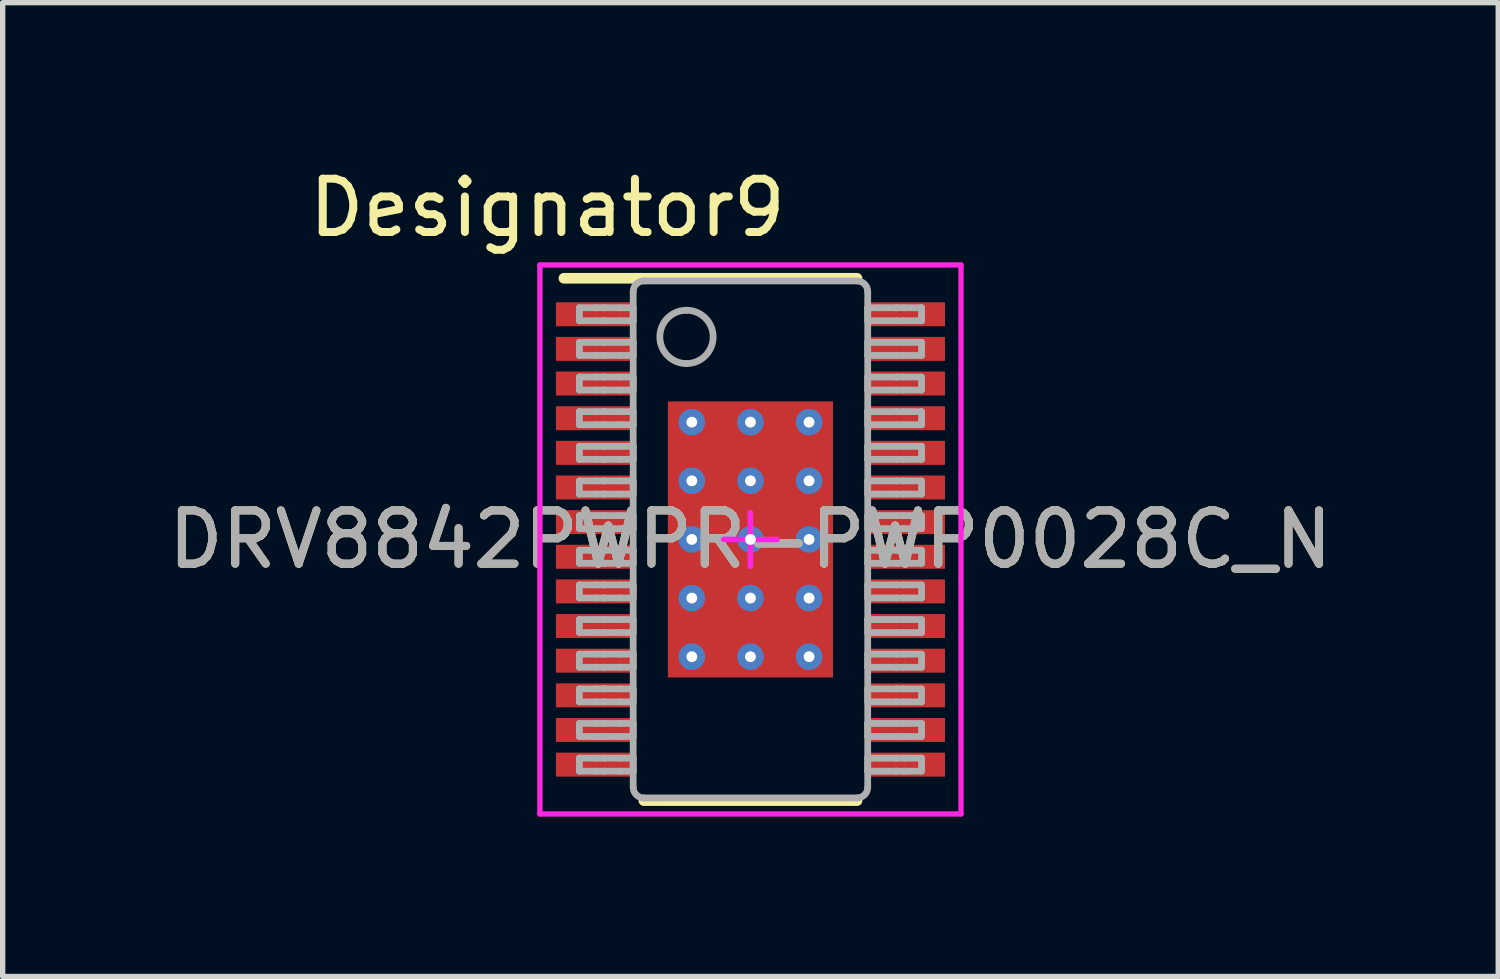
<source format=kicad_pcb>
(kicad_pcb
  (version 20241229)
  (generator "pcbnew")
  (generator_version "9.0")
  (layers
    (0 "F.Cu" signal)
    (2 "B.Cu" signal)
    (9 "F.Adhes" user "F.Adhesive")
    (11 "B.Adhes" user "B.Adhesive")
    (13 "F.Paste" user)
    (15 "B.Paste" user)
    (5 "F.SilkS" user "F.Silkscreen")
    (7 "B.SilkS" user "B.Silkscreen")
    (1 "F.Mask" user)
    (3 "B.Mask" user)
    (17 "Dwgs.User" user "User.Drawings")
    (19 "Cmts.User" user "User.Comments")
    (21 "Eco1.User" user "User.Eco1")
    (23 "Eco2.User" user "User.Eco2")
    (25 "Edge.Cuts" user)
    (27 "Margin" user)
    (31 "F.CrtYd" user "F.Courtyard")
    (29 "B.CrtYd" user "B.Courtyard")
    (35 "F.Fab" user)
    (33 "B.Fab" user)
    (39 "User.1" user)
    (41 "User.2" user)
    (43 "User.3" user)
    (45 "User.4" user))
  (footprint "DRV8842PWPR-PWP0028C_N"
    (layer "F.Cu")
    (at 11.03 7.071)
    (property "Reference" "DRV8842PWPR-PWP0028C_N" (at 0 0 0) (unlocked yes) (layer "F.SilkS") (effects (font (size 1 1) (thickness 0.15))))
    (attr smd)
    (fp_line (start -3.5 -4.9) (end 2 -4.9) (stroke (width 0.2) (type solid)) (layer "F.SilkS"))
    (fp_line (start -2 4.9) (end 2 4.9) (stroke (width 0.2) (type solid)) (layer "F.SilkS"))
    (fp_line (start -3.95 -5.15) (end 3.95 -5.15) (stroke (width 0.1) (type solid)) (layer "F.CrtYd"))
    (fp_line (start -3.95 5.15) (end -3.95 -5.15) (stroke (width 0.1) (type solid)) (layer "F.CrtYd"))
    (fp_line (start -3.95 5.15) (end 3.95 5.15) (stroke (width 0.1) (type solid)) (layer "F.CrtYd"))
    (fp_line (start -0.5 0) (end 0.5 0) (stroke (width 0.1) (type solid)) (layer "F.CrtYd"))
    (fp_line (start -0.5 0) (end 0.5 0) (stroke (width 0.1) (type solid)) (layer "F.CrtYd"))
    (fp_line (start 0 0.5) (end 0 -0.5) (stroke (width 0.1) (type solid)) (layer "F.CrtYd"))
    (fp_line (start 0 0.5) (end 0 -0.5) (stroke (width 0.1) (type solid)) (layer "F.CrtYd"))
    (fp_line (start 3.95 5.15) (end 3.95 -5.15) (stroke (width 0.1) (type solid)) (layer "F.CrtYd"))
    (fp_line (start -3.21 -4.347) (end -2.887 -4.347) (stroke (width 0.127) (type solid)) (layer "F.Fab"))
    (fp_line (start -3.21 -4.103) (end -3.21 -4.347) (stroke (width 0.127) (type solid)) (layer "F.Fab"))
    (fp_line (start -3.21 -4.103) (end -2.887 -4.103) (stroke (width 0.127) (type solid)) (layer "F.Fab"))
    (fp_line (start -3.21 -3.698) (end -2.887 -3.698) (stroke (width 0.127) (type solid)) (layer "F.Fab"))
    (fp_line (start -3.21 -3.452) (end -3.21 -3.698) (stroke (width 0.127) (type solid)) (layer "F.Fab"))
    (fp_line (start -3.21 -3.452) (end -2.887 -3.452) (stroke (width 0.127) (type solid)) (layer "F.Fab"))
    (fp_line (start -3.21 -3.047) (end -2.887 -3.047) (stroke (width 0.127) (type solid)) (layer "F.Fab"))
    (fp_line (start -3.21 -2.803) (end -3.21 -3.047) (stroke (width 0.127) (type solid)) (layer "F.Fab"))
    (fp_line (start -3.21 -2.803) (end -2.887 -2.803) (stroke (width 0.127) (type solid)) (layer "F.Fab"))
    (fp_line (start -3.21 -2.398) (end -2.887 -2.398) (stroke (width 0.127) (type solid)) (layer "F.Fab"))
    (fp_line (start -3.21 -2.152) (end -3.21 -2.398) (stroke (width 0.127) (type solid)) (layer "F.Fab"))
    (fp_line (start -3.21 -2.152) (end -2.887 -2.152) (stroke (width 0.127) (type solid)) (layer "F.Fab"))
    (fp_line (start -3.21 -1.747) (end -2.887 -1.747) (stroke (width 0.127) (type solid)) (layer "F.Fab"))
    (fp_line (start -3.21 -1.502) (end -3.21 -1.747) (stroke (width 0.127) (type solid)) (layer "F.Fab"))
    (fp_line (start -3.21 -1.502) (end -2.887 -1.502) (stroke (width 0.127) (type solid)) (layer "F.Fab"))
    (fp_line (start -3.21 -1.098) (end -2.887 -1.098) (stroke (width 0.127) (type solid)) (layer "F.Fab"))
    (fp_line (start -3.21 -0.852) (end -3.21 -1.098) (stroke (width 0.127) (type solid)) (layer "F.Fab"))
    (fp_line (start -3.21 -0.852) (end -2.887 -0.852) (stroke (width 0.127) (type solid)) (layer "F.Fab"))
    (fp_line (start -3.21 -0.447) (end -2.887 -0.447) (stroke (width 0.127) (type solid)) (layer "F.Fab"))
    (fp_line (start -3.21 -0.202) (end -3.21 -0.447) (stroke (width 0.127) (type solid)) (layer "F.Fab"))
    (fp_line (start -3.21 -0.202) (end -2.887 -0.202) (stroke (width 0.127) (type solid)) (layer "F.Fab"))
    (fp_line (start -3.21 0.203) (end -2.887 0.203) (stroke (width 0.127) (type solid)) (layer "F.Fab"))
    (fp_line (start -3.21 0.448) (end -3.21 0.203) (stroke (width 0.127) (type solid)) (layer "F.Fab"))
    (fp_line (start -3.21 0.448) (end -2.887 0.448) (stroke (width 0.127) (type solid)) (layer "F.Fab"))
    (fp_line (start -3.21 0.853) (end -2.887 0.853) (stroke (width 0.127) (type solid)) (layer "F.Fab"))
    (fp_line (start -3.21 1.098) (end -3.21 0.853) (stroke (width 0.127) (type solid)) (layer "F.Fab"))
    (fp_line (start -3.21 1.098) (end -2.887 1.098) (stroke (width 0.127) (type solid)) (layer "F.Fab"))
    (fp_line (start -3.21 1.503) (end -2.887 1.503) (stroke (width 0.127) (type solid)) (layer "F.Fab"))
    (fp_line (start -3.21 1.747) (end -3.21 1.503) (stroke (width 0.127) (type solid)) (layer "F.Fab"))
    (fp_line (start -3.21 1.747) (end -2.887 1.747) (stroke (width 0.127) (type solid)) (layer "F.Fab"))
    (fp_line (start -3.21 2.152) (end -2.887 2.152) (stroke (width 0.127) (type solid)) (layer "F.Fab"))
    (fp_line (start -3.21 2.398) (end -3.21 2.152) (stroke (width 0.127) (type solid)) (layer "F.Fab"))
    (fp_line (start -3.21 2.398) (end -2.887 2.398) (stroke (width 0.127) (type solid)) (layer "F.Fab"))
    (fp_line (start -3.21 2.803) (end -2.887 2.803) (stroke (width 0.127) (type solid)) (layer "F.Fab"))
    (fp_line (start -3.21 3.047) (end -3.21 2.803) (stroke (width 0.127) (type solid)) (layer "F.Fab"))
    (fp_line (start -3.21 3.047) (end -2.887 3.047) (stroke (width 0.127) (type solid)) (layer "F.Fab"))
    (fp_line (start -3.21 3.452) (end -2.887 3.452) (stroke (width 0.127) (type solid)) (layer "F.Fab"))
    (fp_line (start -3.21 3.698) (end -3.21 3.452) (stroke (width 0.127) (type solid)) (layer "F.Fab"))
    (fp_line (start -3.21 3.698) (end -2.887 3.698) (stroke (width 0.127) (type solid)) (layer "F.Fab"))
    (fp_line (start -3.21 4.103) (end -2.887 4.103) (stroke (width 0.127) (type solid)) (layer "F.Fab"))
    (fp_line (start -3.21 4.348) (end -3.21 4.103) (stroke (width 0.127) (type solid)) (layer "F.Fab"))
    (fp_line (start -3.21 4.348) (end -2.887 4.348) (stroke (width 0.127) (type solid)) (layer "F.Fab"))
    (fp_line (start -2.887 -4.347) (end -2.739 -4.347) (stroke (width 0.127) (type solid)) (layer "F.Fab"))
    (fp_line (start -2.887 -4.103) (end -2.739 -4.103) (stroke (width 0.127) (type solid)) (layer "F.Fab"))
    (fp_line (start -2.887 -3.698) (end -2.739 -3.698) (stroke (width 0.127) (type solid)) (layer "F.Fab"))
    (fp_line (start -2.887 -3.452) (end -2.739 -3.452) (stroke (width 0.127) (type solid)) (layer "F.Fab"))
    (fp_line (start -2.887 -3.047) (end -2.739 -3.047) (stroke (width 0.127) (type solid)) (layer "F.Fab"))
    (fp_line (start -2.887 -2.803) (end -2.739 -2.803) (stroke (width 0.127) (type solid)) (layer "F.Fab"))
    (fp_line (start -2.887 -2.398) (end -2.739 -2.398) (stroke (width 0.127) (type solid)) (layer "F.Fab"))
    (fp_line (start -2.887 -2.152) (end -2.739 -2.152) (stroke (width 0.127) (type solid)) (layer "F.Fab"))
    (fp_line (start -2.887 -1.747) (end -2.739 -1.747) (stroke (width 0.127) (type solid)) (layer "F.Fab"))
    (fp_line (start -2.887 -1.502) (end -2.739 -1.502) (stroke (width 0.127) (type solid)) (layer "F.Fab"))
    (fp_line (start -2.887 -1.098) (end -2.739 -1.098) (stroke (width 0.127) (type solid)) (layer "F.Fab"))
    (fp_line (start -2.887 -0.852) (end -2.739 -0.852) (stroke (width 0.127) (type solid)) (layer "F.Fab"))
    (fp_line (start -2.887 -0.447) (end -2.739 -0.447) (stroke (width 0.127) (type solid)) (layer "F.Fab"))
    (fp_line (start -2.887 -0.202) (end -2.739 -0.202) (stroke (width 0.127) (type solid)) (layer "F.Fab"))
    (fp_line (start -2.887 0.203) (end -2.739 0.203) (stroke (width 0.127) (type solid)) (layer "F.Fab"))
    (fp_line (start -2.887 0.448) (end -2.739 0.448) (stroke (width 0.127) (type solid)) (layer "F.Fab"))
    (fp_line (start -2.887 0.853) (end -2.739 0.853) (stroke (width 0.127) (type solid)) (layer "F.Fab"))
    (fp_line (start -2.887 1.098) (end -2.739 1.098) (stroke (width 0.127) (type solid)) (layer "F.Fab"))
    (fp_line (start -2.887 1.503) (end -2.739 1.503) (stroke (width 0.127) (type solid)) (layer "F.Fab"))
    (fp_line (start -2.887 1.747) (end -2.739 1.747) (stroke (width 0.127) (type solid)) (layer "F.Fab"))
    (fp_line (start -2.887 2.152) (end -2.739 2.152) (stroke (width 0.127) (type solid)) (layer "F.Fab"))
    (fp_line (start -2.887 2.398) (end -2.739 2.398) (stroke (width 0.127) (type solid)) (layer "F.Fab"))
    (fp_line (start -2.887 2.803) (end -2.739 2.803) (stroke (width 0.127) (type solid)) (layer "F.Fab"))
    (fp_line (start -2.887 3.047) (end -2.739 3.047) (stroke (width 0.127) (type solid)) (layer "F.Fab"))
    (fp_line (start -2.887 3.452) (end -2.739 3.452) (stroke (width 0.127) (type solid)) (layer "F.Fab"))
    (fp_line (start -2.887 3.698) (end -2.739 3.698) (stroke (width 0.127) (type solid)) (layer "F.Fab"))
    (fp_line (start -2.887 4.103) (end -2.739 4.103) (stroke (width 0.127) (type solid)) (layer "F.Fab"))
    (fp_line (start -2.887 4.348) (end -2.739 4.348) (stroke (width 0.127) (type solid)) (layer "F.Fab"))
    (fp_line (start -2.739 -4.347) (end -2.733 -4.347) (stroke (width 0.127) (type solid)) (layer "F.Fab"))
    (fp_line (start -2.739 -4.103) (end -2.733 -4.103) (stroke (width 0.127) (type solid)) (layer "F.Fab"))
    (fp_line (start -2.739 -3.698) (end -2.733 -3.698) (stroke (width 0.127) (type solid)) (layer "F.Fab"))
    (fp_line (start -2.739 -3.452) (end -2.733 -3.452) (stroke (width 0.127) (type solid)) (layer "F.Fab"))
    (fp_line (start -2.739 -3.047) (end -2.733 -3.047) (stroke (width 0.127) (type solid)) (layer "F.Fab"))
    (fp_line (start -2.739 -2.803) (end -2.733 -2.803) (stroke (width 0.127) (type solid)) (layer "F.Fab"))
    (fp_line (start -2.739 -2.398) (end -2.733 -2.398) (stroke (width 0.127) (type solid)) (layer "F.Fab"))
    (fp_line (start -2.739 -2.152) (end -2.733 -2.152) (stroke (width 0.127) (type solid)) (layer "F.Fab"))
    (fp_line (start -2.739 -1.747) (end -2.733 -1.747) (stroke (width 0.127) (type solid)) (layer "F.Fab"))
    (fp_line (start -2.739 -1.502) (end -2.733 -1.502) (stroke (width 0.127) (type solid)) (layer "F.Fab"))
    (fp_line (start -2.739 -1.098) (end -2.733 -1.098) (stroke (width 0.127) (type solid)) (layer "F.Fab"))
    (fp_line (start -2.739 -0.852) (end -2.733 -0.852) (stroke (width 0.127) (type solid)) (layer "F.Fab"))
    (fp_line (start -2.739 -0.447) (end -2.733 -0.447) (stroke (width 0.127) (type solid)) (layer "F.Fab"))
    (fp_line (start -2.739 -0.202) (end -2.733 -0.202) (stroke (width 0.127) (type solid)) (layer "F.Fab"))
    (fp_line (start -2.739 0.203) (end -2.733 0.203) (stroke (width 0.127) (type solid)) (layer "F.Fab"))
    (fp_line (start -2.739 0.448) (end -2.733 0.448) (stroke (width 0.127) (type solid)) (layer "F.Fab"))
    (fp_line (start -2.739 0.853) (end -2.733 0.853) (stroke (width 0.127) (type solid)) (layer "F.Fab"))
    (fp_line (start -2.739 1.098) (end -2.733 1.098) (stroke (width 0.127) (type solid)) (layer "F.Fab"))
    (fp_line (start -2.739 1.503) (end -2.733 1.503) (stroke (width 0.127) (type solid)) (layer "F.Fab"))
    (fp_line (start -2.739 1.747) (end -2.733 1.747) (stroke (width 0.127) (type solid)) (layer "F.Fab"))
    (fp_line (start -2.739 2.152) (end -2.733 2.152) (stroke (width 0.127) (type solid)) (layer "F.Fab"))
    (fp_line (start -2.739 2.398) (end -2.733 2.398) (stroke (width 0.127) (type solid)) (layer "F.Fab"))
    (fp_line (start -2.739 2.803) (end -2.733 2.803) (stroke (width 0.127) (type solid)) (layer "F.Fab"))
    (fp_line (start -2.739 3.047) (end -2.733 3.047) (stroke (width 0.127) (type solid)) (layer "F.Fab"))
    (fp_line (start -2.739 3.452) (end -2.733 3.452) (stroke (width 0.127) (type solid)) (layer "F.Fab"))
    (fp_line (start -2.739 3.698) (end -2.733 3.698) (stroke (width 0.127) (type solid)) (layer "F.Fab"))
    (fp_line (start -2.739 4.103) (end -2.733 4.103) (stroke (width 0.127) (type solid)) (layer "F.Fab"))
    (fp_line (start -2.739 4.348) (end -2.733 4.348) (stroke (width 0.127) (type solid)) (layer "F.Fab"))
    (fp_line (start -2.733 -4.347) (end -2.431 -4.347) (stroke (width 0.127) (type solid)) (layer "F.Fab"))
    (fp_line (start -2.733 -4.103) (end -2.431 -4.103) (stroke (width 0.127) (type solid)) (layer "F.Fab"))
    (fp_line (start -2.733 -3.698) (end -2.431 -3.698) (stroke (width 0.127) (type solid)) (layer "F.Fab"))
    (fp_line (start -2.733 -3.452) (end -2.431 -3.452) (stroke (width 0.127) (type solid)) (layer "F.Fab"))
    (fp_line (start -2.733 -3.047) (end -2.431 -3.047) (stroke (width 0.127) (type solid)) (layer "F.Fab"))
    (fp_line (start -2.733 -2.803) (end -2.431 -2.803) (stroke (width 0.127) (type solid)) (layer "F.Fab"))
    (fp_line (start -2.733 -2.398) (end -2.431 -2.398) (stroke (width 0.127) (type solid)) (layer "F.Fab"))
    (fp_line (start -2.733 -2.152) (end -2.431 -2.152) (stroke (width 0.127) (type solid)) (layer "F.Fab"))
    (fp_line (start -2.733 -1.747) (end -2.431 -1.747) (stroke (width 0.127) (type solid)) (layer "F.Fab"))
    (fp_line (start -2.733 -1.502) (end -2.431 -1.502) (stroke (width 0.127) (type solid)) (layer "F.Fab"))
    (fp_line (start -2.733 -1.098) (end -2.431 -1.098) (stroke (width 0.127) (type solid)) (layer "F.Fab"))
    (fp_line (start -2.733 -0.852) (end -2.431 -0.852) (stroke (width 0.127) (type solid)) (layer "F.Fab"))
    (fp_line (start -2.733 -0.447) (end -2.431 -0.447) (stroke (width 0.127) (type solid)) (layer "F.Fab"))
    (fp_line (start -2.733 -0.202) (end -2.431 -0.202) (stroke (width 0.127) (type solid)) (layer "F.Fab"))
    (fp_line (start -2.733 0.203) (end -2.431 0.203) (stroke (width 0.127) (type solid)) (layer "F.Fab"))
    (fp_line (start -2.733 0.448) (end -2.431 0.448) (stroke (width 0.127) (type solid)) (layer "F.Fab"))
    (fp_line (start -2.733 0.853) (end -2.431 0.853) (stroke (width 0.127) (type solid)) (layer "F.Fab"))
    (fp_line (start -2.733 1.098) (end -2.431 1.098) (stroke (width 0.127) (type solid)) (layer "F.Fab"))
    (fp_line (start -2.733 1.503) (end -2.431 1.503) (stroke (width 0.127) (type solid)) (layer "F.Fab"))
    (fp_line (start -2.733 1.747) (end -2.431 1.747) (stroke (width 0.127) (type solid)) (layer "F.Fab"))
    (fp_line (start -2.733 2.152) (end -2.431 2.152) (stroke (width 0.127) (type solid)) (layer "F.Fab"))
    (fp_line (start -2.733 2.398) (end -2.431 2.398) (stroke (width 0.127) (type solid)) (layer "F.Fab"))
    (fp_line (start -2.733 2.803) (end -2.431 2.803) (stroke (width 0.127) (type solid)) (layer "F.Fab"))
    (fp_line (start -2.733 3.047) (end -2.431 3.047) (stroke (width 0.127) (type solid)) (layer "F.Fab"))
    (fp_line (start -2.733 3.452) (end -2.431 3.452) (stroke (width 0.127) (type solid)) (layer "F.Fab"))
    (fp_line (start -2.733 3.698) (end -2.431 3.698) (stroke (width 0.127) (type solid)) (layer "F.Fab"))
    (fp_line (start -2.733 4.103) (end -2.431 4.103) (stroke (width 0.127) (type solid)) (layer "F.Fab"))
    (fp_line (start -2.733 4.348) (end -2.431 4.348) (stroke (width 0.127) (type solid)) (layer "F.Fab"))
    (fp_line (start -2.431 -4.347) (end -2.2 -4.347) (stroke (width 0.127) (type solid)) (layer "F.Fab"))
    (fp_line (start -2.431 -4.103) (end -2.2 -4.103) (stroke (width 0.127) (type solid)) (layer "F.Fab"))
    (fp_line (start -2.431 -3.698) (end -2.2 -3.698) (stroke (width 0.127) (type solid)) (layer "F.Fab"))
    (fp_line (start -2.431 -3.452) (end -2.2 -3.452) (stroke (width 0.127) (type solid)) (layer "F.Fab"))
    (fp_line (start -2.431 -3.047) (end -2.2 -3.047) (stroke (width 0.127) (type solid)) (layer "F.Fab"))
    (fp_line (start -2.431 -2.803) (end -2.2 -2.803) (stroke (width 0.127) (type solid)) (layer "F.Fab"))
    (fp_line (start -2.431 -2.398) (end -2.2 -2.398) (stroke (width 0.127) (type solid)) (layer "F.Fab"))
    (fp_line (start -2.431 -2.152) (end -2.2 -2.152) (stroke (width 0.127) (type solid)) (layer "F.Fab"))
    (fp_line (start -2.431 -1.747) (end -2.2 -1.747) (stroke (width 0.127) (type solid)) (layer "F.Fab"))
    (fp_line (start -2.431 -1.502) (end -2.2 -1.502) (stroke (width 0.127) (type solid)) (layer "F.Fab"))
    (fp_line (start -2.431 -1.098) (end -2.2 -1.098) (stroke (width 0.127) (type solid)) (layer "F.Fab"))
    (fp_line (start -2.431 -0.852) (end -2.2 -0.852) (stroke (width 0.127) (type solid)) (layer "F.Fab"))
    (fp_line (start -2.431 -0.447) (end -2.2 -0.447) (stroke (width 0.127) (type solid)) (layer "F.Fab"))
    (fp_line (start -2.431 -0.202) (end -2.2 -0.202) (stroke (width 0.127) (type solid)) (layer "F.Fab"))
    (fp_line (start -2.431 0.203) (end -2.2 0.203) (stroke (width 0.127) (type solid)) (layer "F.Fab"))
    (fp_line (start -2.431 0.448) (end -2.2 0.448) (stroke (width 0.127) (type solid)) (layer "F.Fab"))
    (fp_line (start -2.431 0.853) (end -2.2 0.853) (stroke (width 0.127) (type solid)) (layer "F.Fab"))
    (fp_line (start -2.431 1.098) (end -2.2 1.098) (stroke (width 0.127) (type solid)) (layer "F.Fab"))
    (fp_line (start -2.431 1.503) (end -2.2 1.503) (stroke (width 0.127) (type solid)) (layer "F.Fab"))
    (fp_line (start -2.431 1.747) (end -2.2 1.747) (stroke (width 0.127) (type solid)) (layer "F.Fab"))
    (fp_line (start -2.431 2.152) (end -2.2 2.152) (stroke (width 0.127) (type solid)) (layer "F.Fab"))
    (fp_line (start -2.431 2.398) (end -2.2 2.398) (stroke (width 0.127) (type solid)) (layer "F.Fab"))
    (fp_line (start -2.431 2.803) (end -2.2 2.803) (stroke (width 0.127) (type solid)) (layer "F.Fab"))
    (fp_line (start -2.431 3.047) (end -2.2 3.047) (stroke (width 0.127) (type solid)) (layer "F.Fab"))
    (fp_line (start -2.431 3.452) (end -2.2 3.452) (stroke (width 0.127) (type solid)) (layer "F.Fab"))
    (fp_line (start -2.431 3.698) (end -2.2 3.698) (stroke (width 0.127) (type solid)) (layer "F.Fab"))
    (fp_line (start -2.431 4.103) (end -2.2 4.103) (stroke (width 0.127) (type solid)) (layer "F.Fab"))
    (fp_line (start -2.431 4.348) (end -2.2 4.348) (stroke (width 0.127) (type solid)) (layer "F.Fab"))
    (fp_line (start -2.2 -4.103) (end -2.2 -4.347) (stroke (width 0.127) (type solid)) (layer "F.Fab"))
    (fp_line (start -2.2 -3.452) (end -2.2 -3.698) (stroke (width 0.127) (type solid)) (layer "F.Fab"))
    (fp_line (start -2.2 -2.803) (end -2.2 -3.047) (stroke (width 0.127) (type solid)) (layer "F.Fab"))
    (fp_line (start -2.2 -2.152) (end -2.2 -2.398) (stroke (width 0.127) (type solid)) (layer "F.Fab"))
    (fp_line (start -2.2 -1.502) (end -2.2 -1.747) (stroke (width 0.127) (type solid)) (layer "F.Fab"))
    (fp_line (start -2.2 -0.852) (end -2.2 -1.098) (stroke (width 0.127) (type solid)) (layer "F.Fab"))
    (fp_line (start -2.2 -0.202) (end -2.2 -0.447) (stroke (width 0.127) (type solid)) (layer "F.Fab"))
    (fp_line (start -2.2 0.448) (end -2.2 0.203) (stroke (width 0.127) (type solid)) (layer "F.Fab"))
    (fp_line (start -2.2 1.098) (end -2.2 0.853) (stroke (width 0.127) (type solid)) (layer "F.Fab"))
    (fp_line (start -2.2 1.747) (end -2.2 1.503) (stroke (width 0.127) (type solid)) (layer "F.Fab"))
    (fp_line (start -2.2 2.398) (end -2.2 2.152) (stroke (width 0.127) (type solid)) (layer "F.Fab"))
    (fp_line (start -2.2 3.047) (end -2.2 2.803) (stroke (width 0.127) (type solid)) (layer "F.Fab"))
    (fp_line (start -2.2 3.698) (end -2.2 3.452) (stroke (width 0.127) (type solid)) (layer "F.Fab"))
    (fp_line (start -2.2 4.348) (end -2.2 4.103) (stroke (width 0.127) (type solid)) (layer "F.Fab"))
    (fp_line (start -2.2 4.65) (end -2.2 -4.65) (stroke (width 0.127) (type solid)) (layer "F.Fab"))
    (fp_line (start -2 -4.85) (end 2 -4.85) (stroke (width 0.127) (type solid)) (layer "F.Fab"))
    (fp_line (start -2 4.85) (end 2 4.85) (stroke (width 0.127) (type solid)) (layer "F.Fab"))
    (fp_line (start 2.2 -4.347) (end 2.43 -4.347) (stroke (width 0.127) (type solid)) (layer "F.Fab"))
    (fp_line (start 2.2 -4.103) (end 2.2 -4.347) (stroke (width 0.127) (type solid)) (layer "F.Fab"))
    (fp_line (start 2.2 -4.103) (end 2.43 -4.103) (stroke (width 0.127) (type solid)) (layer "F.Fab"))
    (fp_line (start 2.2 -3.698) (end 2.43 -3.698) (stroke (width 0.127) (type solid)) (layer "F.Fab"))
    (fp_line (start 2.2 -3.452) (end 2.2 -3.698) (stroke (width 0.127) (type solid)) (layer "F.Fab"))
    (fp_line (start 2.2 -3.452) (end 2.43 -3.452) (stroke (width 0.127) (type solid)) (layer "F.Fab"))
    (fp_line (start 2.2 -3.047) (end 2.43 -3.047) (stroke (width 0.127) (type solid)) (layer "F.Fab"))
    (fp_line (start 2.2 -2.803) (end 2.2 -3.047) (stroke (width 0.127) (type solid)) (layer "F.Fab"))
    (fp_line (start 2.2 -2.803) (end 2.43 -2.803) (stroke (width 0.127) (type solid)) (layer "F.Fab"))
    (fp_line (start 2.2 -2.398) (end 2.43 -2.398) (stroke (width 0.127) (type solid)) (layer "F.Fab"))
    (fp_line (start 2.2 -2.152) (end 2.2 -2.398) (stroke (width 0.127) (type solid)) (layer "F.Fab"))
    (fp_line (start 2.2 -2.152) (end 2.43 -2.152) (stroke (width 0.127) (type solid)) (layer "F.Fab"))
    (fp_line (start 2.2 -1.747) (end 2.43 -1.747) (stroke (width 0.127) (type solid)) (layer "F.Fab"))
    (fp_line (start 2.2 -1.502) (end 2.2 -1.747) (stroke (width 0.127) (type solid)) (layer "F.Fab"))
    (fp_line (start 2.2 -1.502) (end 2.43 -1.502) (stroke (width 0.127) (type solid)) (layer "F.Fab"))
    (fp_line (start 2.2 -1.098) (end 2.43 -1.098) (stroke (width 0.127) (type solid)) (layer "F.Fab"))
    (fp_line (start 2.2 -0.852) (end 2.2 -1.098) (stroke (width 0.127) (type solid)) (layer "F.Fab"))
    (fp_line (start 2.2 -0.852) (end 2.43 -0.852) (stroke (width 0.127) (type solid)) (layer "F.Fab"))
    (fp_line (start 2.2 -0.447) (end 2.43 -0.447) (stroke (width 0.127) (type solid)) (layer "F.Fab"))
    (fp_line (start 2.2 -0.202) (end 2.2 -0.447) (stroke (width 0.127) (type solid)) (layer "F.Fab"))
    (fp_line (start 2.2 -0.202) (end 2.43 -0.202) (stroke (width 0.127) (type solid)) (layer "F.Fab"))
    (fp_line (start 2.2 0.203) (end 2.43 0.203) (stroke (width 0.127) (type solid)) (layer "F.Fab"))
    (fp_line (start 2.2 0.448) (end 2.2 0.203) (stroke (width 0.127) (type solid)) (layer "F.Fab"))
    (fp_line (start 2.2 0.448) (end 2.43 0.448) (stroke (width 0.127) (type solid)) (layer "F.Fab"))
    (fp_line (start 2.2 0.853) (end 2.43 0.853) (stroke (width 0.127) (type solid)) (layer "F.Fab"))
    (fp_line (start 2.2 1.098) (end 2.2 0.853) (stroke (width 0.127) (type solid)) (layer "F.Fab"))
    (fp_line (start 2.2 1.098) (end 2.43 1.098) (stroke (width 0.127) (type solid)) (layer "F.Fab"))
    (fp_line (start 2.2 1.503) (end 2.43 1.503) (stroke (width 0.127) (type solid)) (layer "F.Fab"))
    (fp_line (start 2.2 1.747) (end 2.2 1.503) (stroke (width 0.127) (type solid)) (layer "F.Fab"))
    (fp_line (start 2.2 1.747) (end 2.43 1.747) (stroke (width 0.127) (type solid)) (layer "F.Fab"))
    (fp_line (start 2.2 2.152) (end 2.43 2.152) (stroke (width 0.127) (type solid)) (layer "F.Fab"))
    (fp_line (start 2.2 2.398) (end 2.2 2.152) (stroke (width 0.127) (type solid)) (layer "F.Fab"))
    (fp_line (start 2.2 2.398) (end 2.43 2.398) (stroke (width 0.127) (type solid)) (layer "F.Fab"))
    (fp_line (start 2.2 2.803) (end 2.43 2.803) (stroke (width 0.127) (type solid)) (layer "F.Fab"))
    (fp_line (start 2.2 3.047) (end 2.2 2.803) (stroke (width 0.127) (type solid)) (layer "F.Fab"))
    (fp_line (start 2.2 3.047) (end 2.43 3.047) (stroke (width 0.127) (type solid)) (layer "F.Fab"))
    (fp_line (start 2.2 3.452) (end 2.43 3.452) (stroke (width 0.127) (type solid)) (layer "F.Fab"))
    (fp_line (start 2.2 3.698) (end 2.2 3.452) (stroke (width 0.127) (type solid)) (layer "F.Fab"))
    (fp_line (start 2.2 3.698) (end 2.43 3.698) (stroke (width 0.127) (type solid)) (layer "F.Fab"))
    (fp_line (start 2.2 4.103) (end 2.43 4.103) (stroke (width 0.127) (type solid)) (layer "F.Fab"))
    (fp_line (start 2.2 4.348) (end 2.2 4.103) (stroke (width 0.127) (type solid)) (layer "F.Fab"))
    (fp_line (start 2.2 4.348) (end 2.43 4.348) (stroke (width 0.127) (type solid)) (layer "F.Fab"))
    (fp_line (start 2.2 4.65) (end 2.2 -4.65) (stroke (width 0.127) (type solid)) (layer "F.Fab"))
    (fp_line (start 2.43 -4.347) (end 2.733 -4.347) (stroke (width 0.127) (type solid)) (layer "F.Fab"))
    (fp_line (start 2.43 -4.103) (end 2.733 -4.103) (stroke (width 0.127) (type solid)) (layer "F.Fab"))
    (fp_line (start 2.43 -3.698) (end 2.733 -3.698) (stroke (width 0.127) (type solid)) (layer "F.Fab"))
    (fp_line (start 2.43 -3.452) (end 2.733 -3.452) (stroke (width 0.127) (type solid)) (layer "F.Fab"))
    (fp_line (start 2.43 -3.047) (end 2.733 -3.047) (stroke (width 0.127) (type solid)) (layer "F.Fab"))
    (fp_line (start 2.43 -2.803) (end 2.733 -2.803) (stroke (width 0.127) (type solid)) (layer "F.Fab"))
    (fp_line (start 2.43 -2.398) (end 2.733 -2.398) (stroke (width 0.127) (type solid)) (layer "F.Fab"))
    (fp_line (start 2.43 -2.152) (end 2.733 -2.152) (stroke (width 0.127) (type solid)) (layer "F.Fab"))
    (fp_line (start 2.43 -1.747) (end 2.733 -1.747) (stroke (width 0.127) (type solid)) (layer "F.Fab"))
    (fp_line (start 2.43 -1.502) (end 2.733 -1.502) (stroke (width 0.127) (type solid)) (layer "F.Fab"))
    (fp_line (start 2.43 -1.098) (end 2.733 -1.098) (stroke (width 0.127) (type solid)) (layer "F.Fab"))
    (fp_line (start 2.43 -0.852) (end 2.733 -0.852) (stroke (width 0.127) (type solid)) (layer "F.Fab"))
    (fp_line (start 2.43 -0.447) (end 2.733 -0.447) (stroke (width 0.127) (type solid)) (layer "F.Fab"))
    (fp_line (start 2.43 -0.202) (end 2.733 -0.202) (stroke (width 0.127) (type solid)) (layer "F.Fab"))
    (fp_line (start 2.43 0.203) (end 2.733 0.203) (stroke (width 0.127) (type solid)) (layer "F.Fab"))
    (fp_line (start 2.43 0.448) (end 2.733 0.448) (stroke (width 0.127) (type solid)) (layer "F.Fab"))
    (fp_line (start 2.43 0.853) (end 2.733 0.853) (stroke (width 0.127) (type solid)) (layer "F.Fab"))
    (fp_line (start 2.43 1.098) (end 2.733 1.098) (stroke (width 0.127) (type solid)) (layer "F.Fab"))
    (fp_line (start 2.43 1.503) (end 2.733 1.503) (stroke (width 0.127) (type solid)) (layer "F.Fab"))
    (fp_line (start 2.43 1.747) (end 2.733 1.747) (stroke (width 0.127) (type solid)) (layer "F.Fab"))
    (fp_line (start 2.43 2.152) (end 2.733 2.152) (stroke (width 0.127) (type solid)) (layer "F.Fab"))
    (fp_line (start 2.43 2.398) (end 2.733 2.398) (stroke (width 0.127) (type solid)) (layer "F.Fab"))
    (fp_line (start 2.43 2.803) (end 2.733 2.803) (stroke (width 0.127) (type solid)) (layer "F.Fab"))
    (fp_line (start 2.43 3.047) (end 2.733 3.047) (stroke (width 0.127) (type solid)) (layer "F.Fab"))
    (fp_line (start 2.43 3.452) (end 2.733 3.452) (stroke (width 0.127) (type solid)) (layer "F.Fab"))
    (fp_line (start 2.43 3.698) (end 2.733 3.698) (stroke (width 0.127) (type solid)) (layer "F.Fab"))
    (fp_line (start 2.43 4.103) (end 2.733 4.103) (stroke (width 0.127) (type solid)) (layer "F.Fab"))
    (fp_line (start 2.43 4.348) (end 2.733 4.348) (stroke (width 0.127) (type solid)) (layer "F.Fab"))
    (fp_line (start 2.733 -4.347) (end 2.739 -4.347) (stroke (width 0.127) (type solid)) (layer "F.Fab"))
    (fp_line (start 2.733 -4.103) (end 2.739 -4.103) (stroke (width 0.127) (type solid)) (layer "F.Fab"))
    (fp_line (start 2.733 -3.698) (end 2.739 -3.698) (stroke (width 0.127) (type solid)) (layer "F.Fab"))
    (fp_line (start 2.733 -3.452) (end 2.739 -3.452) (stroke (width 0.127) (type solid)) (layer "F.Fab"))
    (fp_line (start 2.733 -3.047) (end 2.739 -3.047) (stroke (width 0.127) (type solid)) (layer "F.Fab"))
    (fp_line (start 2.733 -2.803) (end 2.739 -2.803) (stroke (width 0.127) (type solid)) (layer "F.Fab"))
    (fp_line (start 2.733 -2.398) (end 2.739 -2.398) (stroke (width 0.127) (type solid)) (layer "F.Fab"))
    (fp_line (start 2.733 -2.152) (end 2.739 -2.152) (stroke (width 0.127) (type solid)) (layer "F.Fab"))
    (fp_line (start 2.733 -1.747) (end 2.739 -1.747) (stroke (width 0.127) (type solid)) (layer "F.Fab"))
    (fp_line (start 2.733 -1.502) (end 2.739 -1.502) (stroke (width 0.127) (type solid)) (layer "F.Fab"))
    (fp_line (start 2.733 -1.098) (end 2.739 -1.098) (stroke (width 0.127) (type solid)) (layer "F.Fab"))
    (fp_line (start 2.733 -0.852) (end 2.739 -0.852) (stroke (width 0.127) (type solid)) (layer "F.Fab"))
    (fp_line (start 2.733 -0.447) (end 2.739 -0.447) (stroke (width 0.127) (type solid)) (layer "F.Fab"))
    (fp_line (start 2.733 -0.202) (end 2.739 -0.202) (stroke (width 0.127) (type solid)) (layer "F.Fab"))
    (fp_line (start 2.733 0.203) (end 2.739 0.203) (stroke (width 0.127) (type solid)) (layer "F.Fab"))
    (fp_line (start 2.733 0.448) (end 2.739 0.448) (stroke (width 0.127) (type solid)) (layer "F.Fab"))
    (fp_line (start 2.733 0.853) (end 2.739 0.853) (stroke (width 0.127) (type solid)) (layer "F.Fab"))
    (fp_line (start 2.733 1.098) (end 2.739 1.098) (stroke (width 0.127) (type solid)) (layer "F.Fab"))
    (fp_line (start 2.733 1.503) (end 2.739 1.503) (stroke (width 0.127) (type solid)) (layer "F.Fab"))
    (fp_line (start 2.733 1.747) (end 2.739 1.747) (stroke (width 0.127) (type solid)) (layer "F.Fab"))
    (fp_line (start 2.733 2.152) (end 2.739 2.152) (stroke (width 0.127) (type solid)) (layer "F.Fab"))
    (fp_line (start 2.733 2.398) (end 2.739 2.398) (stroke (width 0.127) (type solid)) (layer "F.Fab"))
    (fp_line (start 2.733 2.803) (end 2.739 2.803) (stroke (width 0.127) (type solid)) (layer "F.Fab"))
    (fp_line (start 2.733 3.047) (end 2.739 3.047) (stroke (width 0.127) (type solid)) (layer "F.Fab"))
    (fp_line (start 2.733 3.452) (end 2.739 3.452) (stroke (width 0.127) (type solid)) (layer "F.Fab"))
    (fp_line (start 2.733 3.698) (end 2.739 3.698) (stroke (width 0.127) (type solid)) (layer "F.Fab"))
    (fp_line (start 2.733 4.103) (end 2.739 4.103) (stroke (width 0.127) (type solid)) (layer "F.Fab"))
    (fp_line (start 2.733 4.348) (end 2.739 4.348) (stroke (width 0.127) (type solid)) (layer "F.Fab"))
    (fp_line (start 2.739 -4.347) (end 2.887 -4.347) (stroke (width 0.127) (type solid)) (layer "F.Fab"))
    (fp_line (start 2.739 -4.103) (end 2.887 -4.103) (stroke (width 0.127) (type solid)) (layer "F.Fab"))
    (fp_line (start 2.739 -3.698) (end 2.887 -3.698) (stroke (width 0.127) (type solid)) (layer "F.Fab"))
    (fp_line (start 2.739 -3.452) (end 2.887 -3.452) (stroke (width 0.127) (type solid)) (layer "F.Fab"))
    (fp_line (start 2.739 -3.047) (end 2.887 -3.047) (stroke (width 0.127) (type solid)) (layer "F.Fab"))
    (fp_line (start 2.739 -2.803) (end 2.887 -2.803) (stroke (width 0.127) (type solid)) (layer "F.Fab"))
    (fp_line (start 2.739 -2.398) (end 2.887 -2.398) (stroke (width 0.127) (type solid)) (layer "F.Fab"))
    (fp_line (start 2.739 -2.152) (end 2.887 -2.152) (stroke (width 0.127) (type solid)) (layer "F.Fab"))
    (fp_line (start 2.739 -1.747) (end 2.887 -1.747) (stroke (width 0.127) (type solid)) (layer "F.Fab"))
    (fp_line (start 2.739 -1.502) (end 2.887 -1.502) (stroke (width 0.127) (type solid)) (layer "F.Fab"))
    (fp_line (start 2.739 -1.098) (end 2.887 -1.098) (stroke (width 0.127) (type solid)) (layer "F.Fab"))
    (fp_line (start 2.739 -0.852) (end 2.887 -0.852) (stroke (width 0.127) (type solid)) (layer "F.Fab"))
    (fp_line (start 2.739 -0.447) (end 2.887 -0.447) (stroke (width 0.127) (type solid)) (layer "F.Fab"))
    (fp_line (start 2.739 -0.202) (end 2.887 -0.202) (stroke (width 0.127) (type solid)) (layer "F.Fab"))
    (fp_line (start 2.739 0.203) (end 2.887 0.203) (stroke (width 0.127) (type solid)) (layer "F.Fab"))
    (fp_line (start 2.739 0.448) (end 2.887 0.448) (stroke (width 0.127) (type solid)) (layer "F.Fab"))
    (fp_line (start 2.739 0.853) (end 2.887 0.853) (stroke (width 0.127) (type solid)) (layer "F.Fab"))
    (fp_line (start 2.739 1.098) (end 2.887 1.098) (stroke (width 0.127) (type solid)) (layer "F.Fab"))
    (fp_line (start 2.739 1.503) (end 2.887 1.503) (stroke (width 0.127) (type solid)) (layer "F.Fab"))
    (fp_line (start 2.739 1.747) (end 2.887 1.747) (stroke (width 0.127) (type solid)) (layer "F.Fab"))
    (fp_line (start 2.739 2.152) (end 2.887 2.152) (stroke (width 0.127) (type solid)) (layer "F.Fab"))
    (fp_line (start 2.739 2.398) (end 2.887 2.398) (stroke (width 0.127) (type solid)) (layer "F.Fab"))
    (fp_line (start 2.739 2.803) (end 2.887 2.803) (stroke (width 0.127) (type solid)) (layer "F.Fab"))
    (fp_line (start 2.739 3.047) (end 2.887 3.047) (stroke (width 0.127) (type solid)) (layer "F.Fab"))
    (fp_line (start 2.739 3.452) (end 2.887 3.452) (stroke (width 0.127) (type solid)) (layer "F.Fab"))
    (fp_line (start 2.739 3.698) (end 2.887 3.698) (stroke (width 0.127) (type solid)) (layer "F.Fab"))
    (fp_line (start 2.739 4.103) (end 2.887 4.103) (stroke (width 0.127) (type solid)) (layer "F.Fab"))
    (fp_line (start 2.739 4.348) (end 2.887 4.348) (stroke (width 0.127) (type solid)) (layer "F.Fab"))
    (fp_line (start 2.887 -4.347) (end 3.21 -4.347) (stroke (width 0.127) (type solid)) (layer "F.Fab"))
    (fp_line (start 2.887 -4.103) (end 3.21 -4.103) (stroke (width 0.127) (type solid)) (layer "F.Fab"))
    (fp_line (start 2.887 -3.698) (end 3.21 -3.698) (stroke (width 0.127) (type solid)) (layer "F.Fab"))
    (fp_line (start 2.887 -3.452) (end 3.21 -3.452) (stroke (width 0.127) (type solid)) (layer "F.Fab"))
    (fp_line (start 2.887 -3.047) (end 3.21 -3.047) (stroke (width 0.127) (type solid)) (layer "F.Fab"))
    (fp_line (start 2.887 -2.803) (end 3.21 -2.803) (stroke (width 0.127) (type solid)) (layer "F.Fab"))
    (fp_line (start 2.887 -2.398) (end 3.21 -2.398) (stroke (width 0.127) (type solid)) (layer "F.Fab"))
    (fp_line (start 2.887 -2.152) (end 3.21 -2.152) (stroke (width 0.127) (type solid)) (layer "F.Fab"))
    (fp_line (start 2.887 -1.747) (end 3.21 -1.747) (stroke (width 0.127) (type solid)) (layer "F.Fab"))
    (fp_line (start 2.887 -1.502) (end 3.21 -1.502) (stroke (width 0.127) (type solid)) (layer "F.Fab"))
    (fp_line (start 2.887 -1.098) (end 3.21 -1.098) (stroke (width 0.127) (type solid)) (layer "F.Fab"))
    (fp_line (start 2.887 -0.852) (end 3.21 -0.852) (stroke (width 0.127) (type solid)) (layer "F.Fab"))
    (fp_line (start 2.887 -0.447) (end 3.21 -0.447) (stroke (width 0.127) (type solid)) (layer "F.Fab"))
    (fp_line (start 2.887 -0.202) (end 3.21 -0.202) (stroke (width 0.127) (type solid)) (layer "F.Fab"))
    (fp_line (start 2.887 0.203) (end 3.21 0.203) (stroke (width 0.127) (type solid)) (layer "F.Fab"))
    (fp_line (start 2.887 0.448) (end 3.21 0.448) (stroke (width 0.127) (type solid)) (layer "F.Fab"))
    (fp_line (start 2.887 0.853) (end 3.21 0.853) (stroke (width 0.127) (type solid)) (layer "F.Fab"))
    (fp_line (start 2.887 1.098) (end 3.21 1.098) (stroke (width 0.127) (type solid)) (layer "F.Fab"))
    (fp_line (start 2.887 1.503) (end 3.21 1.503) (stroke (width 0.127) (type solid)) (layer "F.Fab"))
    (fp_line (start 2.887 1.747) (end 3.21 1.747) (stroke (width 0.127) (type solid)) (layer "F.Fab"))
    (fp_line (start 2.887 2.152) (end 3.21 2.152) (stroke (width 0.127) (type solid)) (layer "F.Fab"))
    (fp_line (start 2.887 2.398) (end 3.21 2.398) (stroke (width 0.127) (type solid)) (layer "F.Fab"))
    (fp_line (start 2.887 2.803) (end 3.21 2.803) (stroke (width 0.127) (type solid)) (layer "F.Fab"))
    (fp_line (start 2.887 3.047) (end 3.21 3.047) (stroke (width 0.127) (type solid)) (layer "F.Fab"))
    (fp_line (start 2.887 3.452) (end 3.21 3.452) (stroke (width 0.127) (type solid)) (layer "F.Fab"))
    (fp_line (start 2.887 3.698) (end 3.21 3.698) (stroke (width 0.127) (type solid)) (layer "F.Fab"))
    (fp_line (start 2.887 4.103) (end 3.21 4.103) (stroke (width 0.127) (type solid)) (layer "F.Fab"))
    (fp_line (start 2.887 4.348) (end 3.21 4.348) (stroke (width 0.127) (type solid)) (layer "F.Fab"))
    (fp_line (start 3.21 -4.103) (end 3.21 -4.347) (stroke (width 0.127) (type solid)) (layer "F.Fab"))
    (fp_line (start 3.21 -3.452) (end 3.21 -3.698) (stroke (width 0.127) (type solid)) (layer "F.Fab"))
    (fp_line (start 3.21 -2.803) (end 3.21 -3.047) (stroke (width 0.127) (type solid)) (layer "F.Fab"))
    (fp_line (start 3.21 -2.152) (end 3.21 -2.398) (stroke (width 0.127) (type solid)) (layer "F.Fab"))
    (fp_line (start 3.21 -1.502) (end 3.21 -1.747) (stroke (width 0.127) (type solid)) (layer "F.Fab"))
    (fp_line (start 3.21 -0.852) (end 3.21 -1.098) (stroke (width 0.127) (type solid)) (layer "F.Fab"))
    (fp_line (start 3.21 -0.202) (end 3.21 -0.447) (stroke (width 0.127) (type solid)) (layer "F.Fab"))
    (fp_line (start 3.21 0.448) (end 3.21 0.203) (stroke (width 0.127) (type solid)) (layer "F.Fab"))
    (fp_line (start 3.21 1.098) (end 3.21 0.853) (stroke (width 0.127) (type solid)) (layer "F.Fab"))
    (fp_line (start 3.21 1.747) (end 3.21 1.503) (stroke (width 0.127) (type solid)) (layer "F.Fab"))
    (fp_line (start 3.21 2.398) (end 3.21 2.152) (stroke (width 0.127) (type solid)) (layer "F.Fab"))
    (fp_line (start 3.21 3.047) (end 3.21 2.803) (stroke (width 0.127) (type solid)) (layer "F.Fab"))
    (fp_line (start 3.21 3.698) (end 3.21 3.452) (stroke (width 0.127) (type solid)) (layer "F.Fab"))
    (fp_line (start 3.21 4.348) (end 3.21 4.103) (stroke (width 0.127) (type solid)) (layer "F.Fab"))
    (fp_arc (start -2.200001 -4.650001) (mid -2.141422 -4.791422) (end -2.000001 -4.85) (stroke (width 0.127) (type solid)) (layer "F.Fab"))
    (fp_arc (start -2.000001 4.850006) (mid -2.141422 4.791427) (end -2.200001 4.650006) (stroke (width 0.127) (type solid)) (layer "F.Fab"))
    (fp_arc (start -1.200003 -4.299989) (mid -0.700004 -3.79999) (end -1.200003 -3.299991) (stroke (width 0.127) (type solid)) (layer "F.Fab"))
    (fp_arc (start -1.200003 -3.299991) (mid -1.700002 -3.79999) (end -1.200003 -4.299989) (stroke (width 0.127) (type solid)) (layer "F.Fab"))
    (fp_arc (start 1.999991 -4.85) (mid 2.141412 -4.791422) (end 2.199991 -4.650001) (stroke (width 0.127) (type solid)) (layer "F.Fab"))
    (fp_arc (start 2.199991 4.650006) (mid 2.141412 4.791427) (end 1.999991 4.850006) (stroke (width 0.127) (type solid)) (layer "F.Fab"))
    (fp_text user "Designator9" (at -3.81 -6.223 0) (unlocked yes) (layer "F.SilkS") (effects (font (size 1 1) (thickness 0.15))))
    (fp_text user "${REFERENCE}" (at 0 0 0) (unlocked yes) (layer "F.Fab") (effects (font (size 1 1) (thickness 0.15))))
    (pad "1" smd rect (at -2.95 -4.225 90) (size 0.45 1.4) (layers "F.Cu" "F.Mask" "F.Paste"))
    (pad "2" smd rect (at -2.95 -3.575 90) (size 0.45 1.4) (layers "F.Cu" "F.Mask" "F.Paste"))
    (pad "3" smd rect (at -2.95 -2.925 90) (size 0.45 1.4) (layers "F.Cu" "F.Mask" "F.Paste"))
    (pad "4" smd rect (at -2.95 -2.275 90) (size 0.45 1.4) (layers "F.Cu" "F.Mask" "F.Paste"))
    (pad "5" smd rect (at -2.95 -1.625 90) (size 0.45 1.4) (layers "F.Cu" "F.Mask" "F.Paste"))
    (pad "6" smd rect (at -2.95 -0.975 90) (size 0.45 1.4) (layers "F.Cu" "F.Mask" "F.Paste"))
    (pad "7" smd rect (at -2.95 -0.325 90) (size 0.45 1.4) (layers "F.Cu" "F.Mask" "F.Paste"))
    (pad "8" smd rect (at -2.95 0.325 90) (size 0.45 1.4) (layers "F.Cu" "F.Mask" "F.Paste"))
    (pad "9" smd rect (at -2.95 0.975 90) (size 0.45 1.4) (layers "F.Cu" "F.Mask" "F.Paste"))
    (pad "10" smd rect (at -2.95 1.625 90) (size 0.45 1.4) (layers "F.Cu" "F.Mask" "F.Paste"))
    (pad "11" smd rect (at -2.95 2.275 90) (size 0.45 1.4) (layers "F.Cu" "F.Mask" "F.Paste"))
    (pad "12" smd rect (at -2.95 2.925 90) (size 0.45 1.4) (layers "F.Cu" "F.Mask" "F.Paste"))
    (pad "13" smd rect (at -2.95 3.575 90) (size 0.45 1.4) (layers "F.Cu" "F.Mask" "F.Paste"))
    (pad "14" smd rect (at -2.95 4.225 90) (size 0.45 1.4) (layers "F.Cu" "F.Mask" "F.Paste"))
    (pad "15" smd rect (at 2.95 4.225 90) (size 0.45 1.4) (layers "F.Cu" "F.Mask" "F.Paste"))
    (pad "16" smd rect (at 2.95 3.575 90) (size 0.45 1.4) (layers "F.Cu" "F.Mask" "F.Paste"))
    (pad "17" smd rect (at 2.95 2.925 90) (size 0.45 1.4) (layers "F.Cu" "F.Mask" "F.Paste"))
    (pad "18" smd rect (at 2.95 2.275 90) (size 0.45 1.4) (layers "F.Cu" "F.Mask" "F.Paste"))
    (pad "19" smd rect (at 2.95 1.625 90) (size 0.45 1.4) (layers "F.Cu" "F.Mask" "F.Paste"))
    (pad "20" smd rect (at 2.95 0.975 90) (size 0.45 1.4) (layers "F.Cu" "F.Mask" "F.Paste"))
    (pad "21" smd rect (at 2.95 0.325 90) (size 0.45 1.4) (layers "F.Cu" "F.Mask" "F.Paste"))
    (pad "22" smd rect (at 2.95 -0.325 90) (size 0.45 1.4) (layers "F.Cu" "F.Mask" "F.Paste"))
    (pad "23" smd rect (at 2.95 -0.975 90) (size 0.45 1.4) (layers "F.Cu" "F.Mask" "F.Paste"))
    (pad "24" smd rect (at 2.95 -1.625 90) (size 0.45 1.4) (layers "F.Cu" "F.Mask" "F.Paste"))
    (pad "25" smd rect (at 2.95 -2.275 90) (size 0.45 1.4) (layers "F.Cu" "F.Mask" "F.Paste"))
    (pad "26" smd rect (at 2.95 -2.925 90) (size 0.45 1.4) (layers "F.Cu" "F.Mask" "F.Paste"))
    (pad "27" smd rect (at 2.95 -3.575 90) (size 0.45 1.4) (layers "F.Cu" "F.Mask" "F.Paste"))
    (pad "28" smd rect (at 2.95 -4.225 90) (size 0.45 1.4) (layers "F.Cu" "F.Mask" "F.Paste"))
    (pad "29" smd rect (at 0 0) (size 3.1 5.18) (layers "F.Cu" "F.Mask" "F.Paste"))
    (pad "V" thru_hole circle (at -1.1 -2.2) (size 0.5 0.5) (drill 0.203) (layers "*.Cu" "*.Mask"))
    (pad "V" thru_hole circle (at -1.1 -1.1) (size 0.5 0.5) (drill 0.203) (layers "*.Cu" "*.Mask"))
    (pad "V" thru_hole circle (at -1.1 0) (size 0.5 0.5) (drill 0.203) (layers "*.Cu" "*.Mask"))
    (pad "V" thru_hole circle (at -1.1 1.1) (size 0.5 0.5) (drill 0.203) (layers "*.Cu" "*.Mask"))
    (pad "V" thru_hole circle (at -1.1 2.2) (size 0.5 0.5) (drill 0.203) (layers "*.Cu" "*.Mask"))
    (pad "V" thru_hole circle (at 0 -2.2) (size 0.5 0.5) (drill 0.203) (layers "*.Cu" "*.Mask"))
    (pad "V" thru_hole circle (at 0 2.2) (size 0.5 0.5) (drill 0.203) (layers "*.Cu" "*.Mask"))
    (pad "V" thru_hole circle (at 0.000003 -1.1) (size 0.5 0.5) (drill 0.203) (layers "*.Cu" "*.Mask"))
    (pad "V" thru_hole circle (at 0.000003 0) (size 0.5 0.5) (drill 0.203) (layers "*.Cu" "*.Mask"))
    (pad "V" thru_hole circle (at 0.000003 1.1) (size 0.5 0.5) (drill 0.203) (layers "*.Cu" "*.Mask"))
    (pad "V" thru_hole circle (at 1.1 -2.2) (size 0.5 0.5) (drill 0.203) (layers "*.Cu" "*.Mask"))
    (pad "V" thru_hole circle (at 1.1 -1.1) (size 0.5 0.5) (drill 0.203) (layers "*.Cu" "*.Mask"))
    (pad "V" thru_hole circle (at 1.1 0) (size 0.5 0.5) (drill 0.203) (layers "*.Cu" "*.Mask"))
    (pad "V" thru_hole circle (at 1.1 1.1) (size 0.5 0.5) (drill 0.203) (layers "*.Cu" "*.Mask"))
    (pad "V" thru_hole circle (at 1.1 2.2) (size 0.5 0.5) (drill 0.203) (layers "*.Cu" "*.Mask")))
  (gr_rect
    (start -3 -3)
    (end 25.06 15.271)
    (stroke (width 0.1) (type default))
    (fill no)
    (layer "Edge.Cuts")))
</source>
